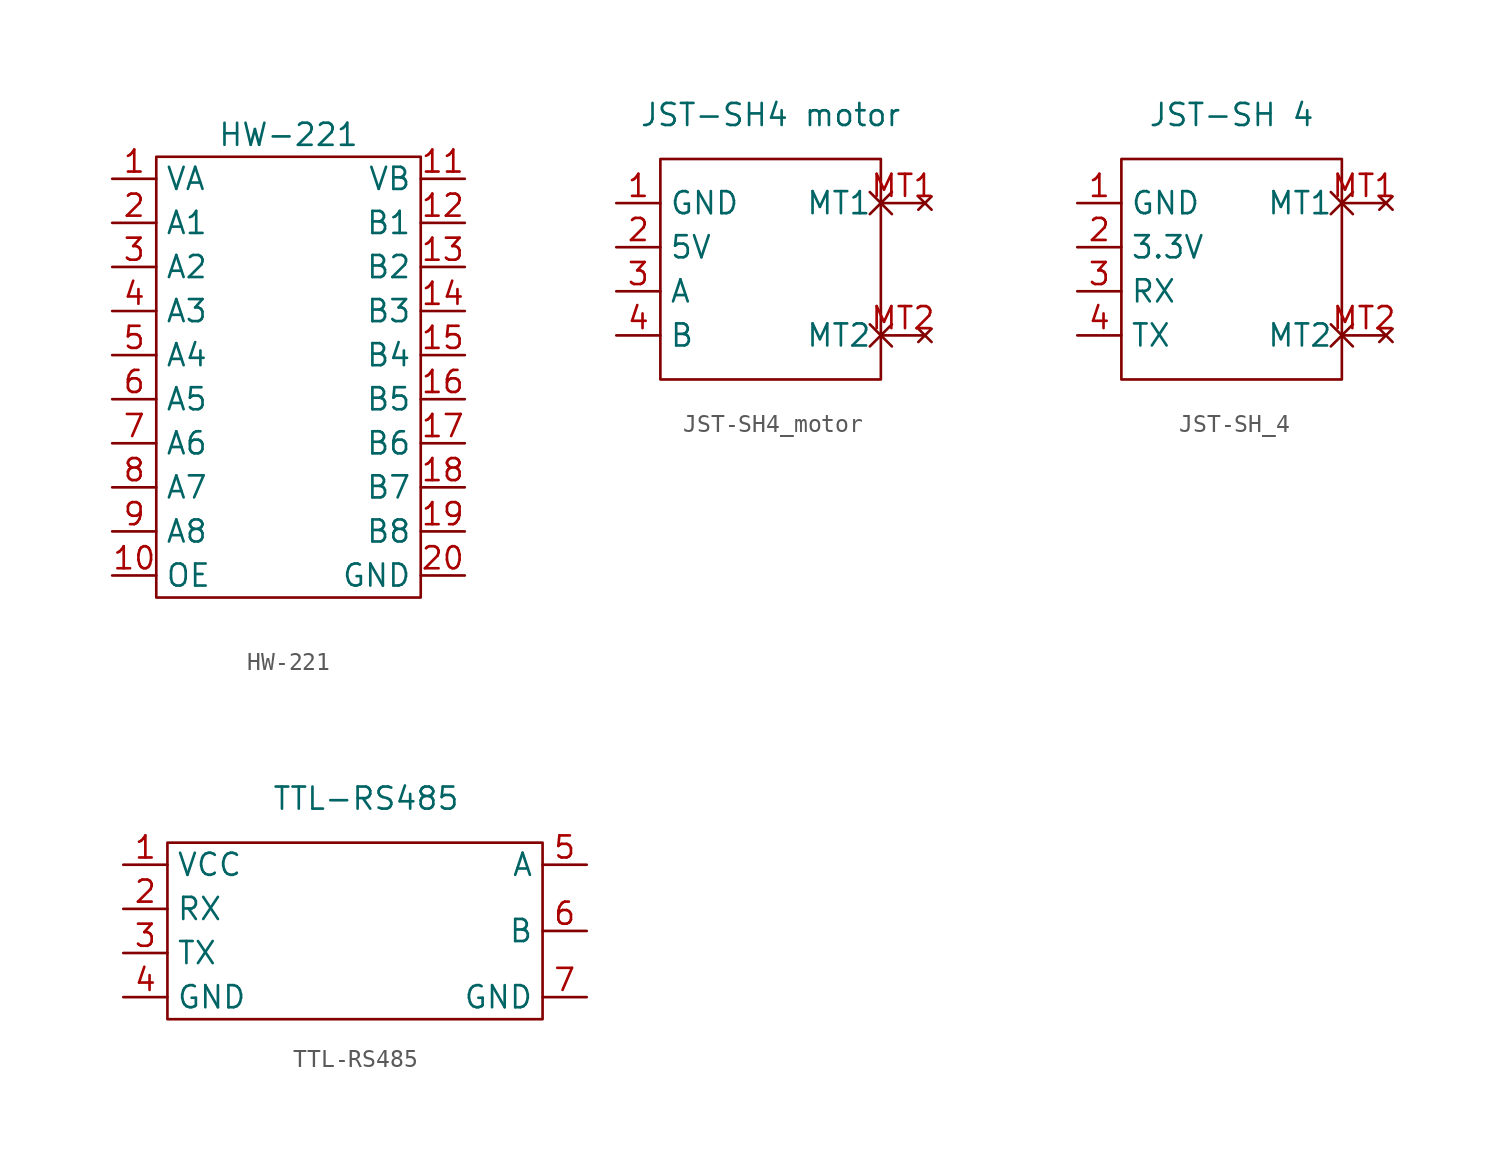
<source format=kicad_sym>
(kicad_symbol_lib
  (version 20220914)
  (generator kicad_symbol_editor)
  (symbol "HW-221"
    (property "Reference" "U"
      (at 0 17.78 0)
      (effects (font (size 1.27 1.27)) hide))
    (property "Value" "HW-221"
      (at 0 15.24 0)
      (effects (font (size 1.27 1.27))))
    (symbol "HW-221_0_1"
      (rectangle (start -7.62 13.97) (end 7.62 -11.43) (stroke (width 0) (type default)) (fill (type none))))
    (symbol "HW-221_1_1"
      (pin power_in line (at -10.16 12.7 0) (length 2.54) (name "VA" (effects (font (size 1.27 1.27)))) (number "1" (effects (font (size 1.27 1.27)))))
      (pin input line (at -10.16 -10.16 0) (length 2.54) (name "OE" (effects (font (size 1.27 1.27)))) (number "10" (effects (font (size 1.27 1.27)))))
      (pin power_in line (at 10.16 12.7 180) (length 2.54) (name "VB" (effects (font (size 1.27 1.27)))) (number "11" (effects (font (size 1.27 1.27)))))
      (pin bidirectional line (at 10.16 10.16 180) (length 2.54) (name "B1" (effects (font (size 1.27 1.27)))) (number "12" (effects (font (size 1.27 1.27)))))
      (pin bidirectional line (at 10.16 7.62 180) (length 2.54) (name "B2" (effects (font (size 1.27 1.27)))) (number "13" (effects (font (size 1.27 1.27)))))
      (pin bidirectional line (at 10.16 5.08 180) (length 2.54) (name "B3" (effects (font (size 1.27 1.27)))) (number "14" (effects (font (size 1.27 1.27)))))
      (pin bidirectional line (at 10.16 2.54 180) (length 2.54) (name "B4" (effects (font (size 1.27 1.27)))) (number "15" (effects (font (size 1.27 1.27)))))
      (pin bidirectional line (at 10.16 0 180) (length 2.54) (name "B5" (effects (font (size 1.27 1.27)))) (number "16" (effects (font (size 1.27 1.27)))))
      (pin bidirectional line (at 10.16 -2.54 180) (length 2.54) (name "B6" (effects (font (size 1.27 1.27)))) (number "17" (effects (font (size 1.27 1.27)))))
      (pin bidirectional line (at 10.16 -5.08 180) (length 2.54) (name "B7" (effects (font (size 1.27 1.27)))) (number "18" (effects (font (size 1.27 1.27)))))
      (pin bidirectional line (at 10.16 -7.62 180) (length 2.54) (name "B8" (effects (font (size 1.27 1.27)))) (number "19" (effects (font (size 1.27 1.27)))))
      (pin bidirectional line (at -10.16 10.16 0) (length 2.54) (name "A1" (effects (font (size 1.27 1.27)))) (number "2" (effects (font (size 1.27 1.27)))))
      (pin power_in line (at 10.16 -10.16 180) (length 2.54) (name "GND" (effects (font (size 1.27 1.27)))) (number "20" (effects (font (size 1.27 1.27)))))
      (pin bidirectional line (at -10.16 7.62 0) (length 2.54) (name "A2" (effects (font (size 1.27 1.27)))) (number "3" (effects (font (size 1.27 1.27)))))
      (pin bidirectional line (at -10.16 5.08 0) (length 2.54) (name "A3" (effects (font (size 1.27 1.27)))) (number "4" (effects (font (size 1.27 1.27)))))
      (pin bidirectional line (at -10.16 2.54 0) (length 2.54) (name "A4" (effects (font (size 1.27 1.27)))) (number "5" (effects (font (size 1.27 1.27)))))
      (pin bidirectional line (at -10.16 0 0) (length 2.54) (name "A5" (effects (font (size 1.27 1.27)))) (number "6" (effects (font (size 1.27 1.27)))))
      (pin bidirectional line (at -10.16 -2.54 0) (length 2.54) (name "A6" (effects (font (size 1.27 1.27)))) (number "7" (effects (font (size 1.27 1.27)))))
      (pin bidirectional line (at -10.16 -5.08 0) (length 2.54) (name "A7" (effects (font (size 1.27 1.27)))) (number "8" (effects (font (size 1.27 1.27)))))
      (pin bidirectional line (at -10.16 -7.62 0) (length 2.54) (name "A8" (effects (font (size 1.27 1.27)))) (number "9" (effects (font (size 1.27 1.27)))))))
  (symbol "JST-SH4_motor"
    (property "Reference" "U"
      (at 0 11.43 0)
      (effects (font (size 1.27 1.27)) hide))
    (property "Value" "JST-SH4 motor"
      (at 0 8.89 0)
      (effects (font (size 1.27 1.27))))
    (symbol "JST-SH4_motor_0_1"
      (rectangle (start -6.35 6.35) (end 6.35 -6.35) (stroke (width 0) (type default)) (fill (type none))))
    (symbol "JST-SH4_motor_1_1"
      (pin power_out line (at -8.89 3.81 0) (length 2.54) (name "GND" (effects (font (size 1.27 1.27)))) (number "1" (effects (font (size 1.27 1.27)))))
      (pin power_out line (at -8.89 1.27 0) (length 2.54) (name "5V" (effects (font (size 1.27 1.27)))) (number "2" (effects (font (size 1.27 1.27)))))
      (pin output line (at -8.89 -1.27 0) (length 2.54) (name "A" (effects (font (size 1.27 1.27)))) (number "3" (effects (font (size 1.27 1.27)))))
      (pin output line (at -8.89 -3.81 0) (length 2.54) (name "B" (effects (font (size 1.27 1.27)))) (number "4" (effects (font (size 1.27 1.27)))))
      (pin no_connect non_logic (at 8.89 3.81 180) (length 2.54) (name "MT1" (effects (font (size 1.27 1.27)))) (number "MT1" (effects (font (size 1.27 1.27)))))
      (pin no_connect non_logic (at 8.89 -3.81 180) (length 2.54) (name "MT2" (effects (font (size 1.27 1.27)))) (number "MT2" (effects (font (size 1.27 1.27)))))))
  (symbol "JST-SH_4"
    (property "Reference" "U"
      (at 0 11.43 0)
      (effects (font (size 1.27 1.27)) hide))
    (property "Value" "JST-SH 4"
      (at 0 8.89 0)
      (effects (font (size 1.27 1.27))))
    (symbol "JST-SH_4_0_1"
      (rectangle (start -6.35 6.35) (end 6.35 -6.35) (stroke (width 0) (type default)) (fill (type none))))
    (symbol "JST-SH_4_1_1"
      (pin power_out line (at -8.89 3.81 0) (length 2.54) (name "GND" (effects (font (size 1.27 1.27)))) (number "1" (effects (font (size 1.27 1.27)))))
      (pin power_out line (at -8.89 1.27 0) (length 2.54) (name "3.3V" (effects (font (size 1.27 1.27)))) (number "2" (effects (font (size 1.27 1.27)))))
      (pin output line (at -8.89 -1.27 0) (length 2.54) (name "RX" (effects (font (size 1.27 1.27)))) (number "3" (effects (font (size 1.27 1.27)))))
      (pin output line (at -8.89 -3.81 0) (length 2.54) (name "TX" (effects (font (size 1.27 1.27)))) (number "4" (effects (font (size 1.27 1.27)))))
      (pin no_connect non_logic (at 8.89 3.81 180) (length 2.54) (name "MT1" (effects (font (size 1.27 1.27)))) (number "MT1" (effects (font (size 1.27 1.27)))))
      (pin no_connect non_logic (at 8.89 -3.81 180) (length 2.54) (name "MT2" (effects (font (size 1.27 1.27)))) (number "MT2" (effects (font (size 1.27 1.27)))))))
  (symbol "TTL-RS485"
    (property "Reference" "U"
      (at 0 10.16 0)
      (effects (font (size 1.27 1.27)) hide))
    (property "Value" "TTL-RS485"
      (at 0 7.62 0)
      (effects (font (size 1.27 1.27))))
    (symbol "TTL-RS485_0_1"
      (rectangle (start -11.43 5.08) (end 10.16 -5.08) (stroke (width 0) (type default)) (fill (type none))))
    (symbol "TTL-RS485_1_1"
      (pin power_in line (at -13.97 3.81 0) (length 2.54) (name "VCC" (effects (font (size 1.27 1.27)))) (number "1" (effects (font (size 1.27 1.27)))))
      (pin bidirectional line (at -13.97 1.27 0) (length 2.54) (name "RX" (effects (font (size 1.27 1.27)))) (number "2" (effects (font (size 1.27 1.27)))))
      (pin bidirectional line (at -13.97 -1.27 0) (length 2.54) (name "TX" (effects (font (size 1.27 1.27)))) (number "3" (effects (font (size 1.27 1.27)))))
      (pin power_in line (at -13.97 -3.81 0) (length 2.54) (name "GND" (effects (font (size 1.27 1.27)))) (number "4" (effects (font (size 1.27 1.27)))))
      (pin bidirectional line (at 12.7 3.81 180) (length 2.54) (name "A" (effects (font (size 1.27 1.27)))) (number "5" (effects (font (size 1.27 1.27)))))
      (pin bidirectional line (at 12.7 0 180) (length 2.54) (name "B" (effects (font (size 1.27 1.27)))) (number "6" (effects (font (size 1.27 1.27)))))
      (pin power_in line (at 12.7 -3.81 180) (length 2.54) (name "GND" (effects (font (size 1.27 1.27)))) (number "7" (effects (font (size 1.27 1.27))))))))
</source>
